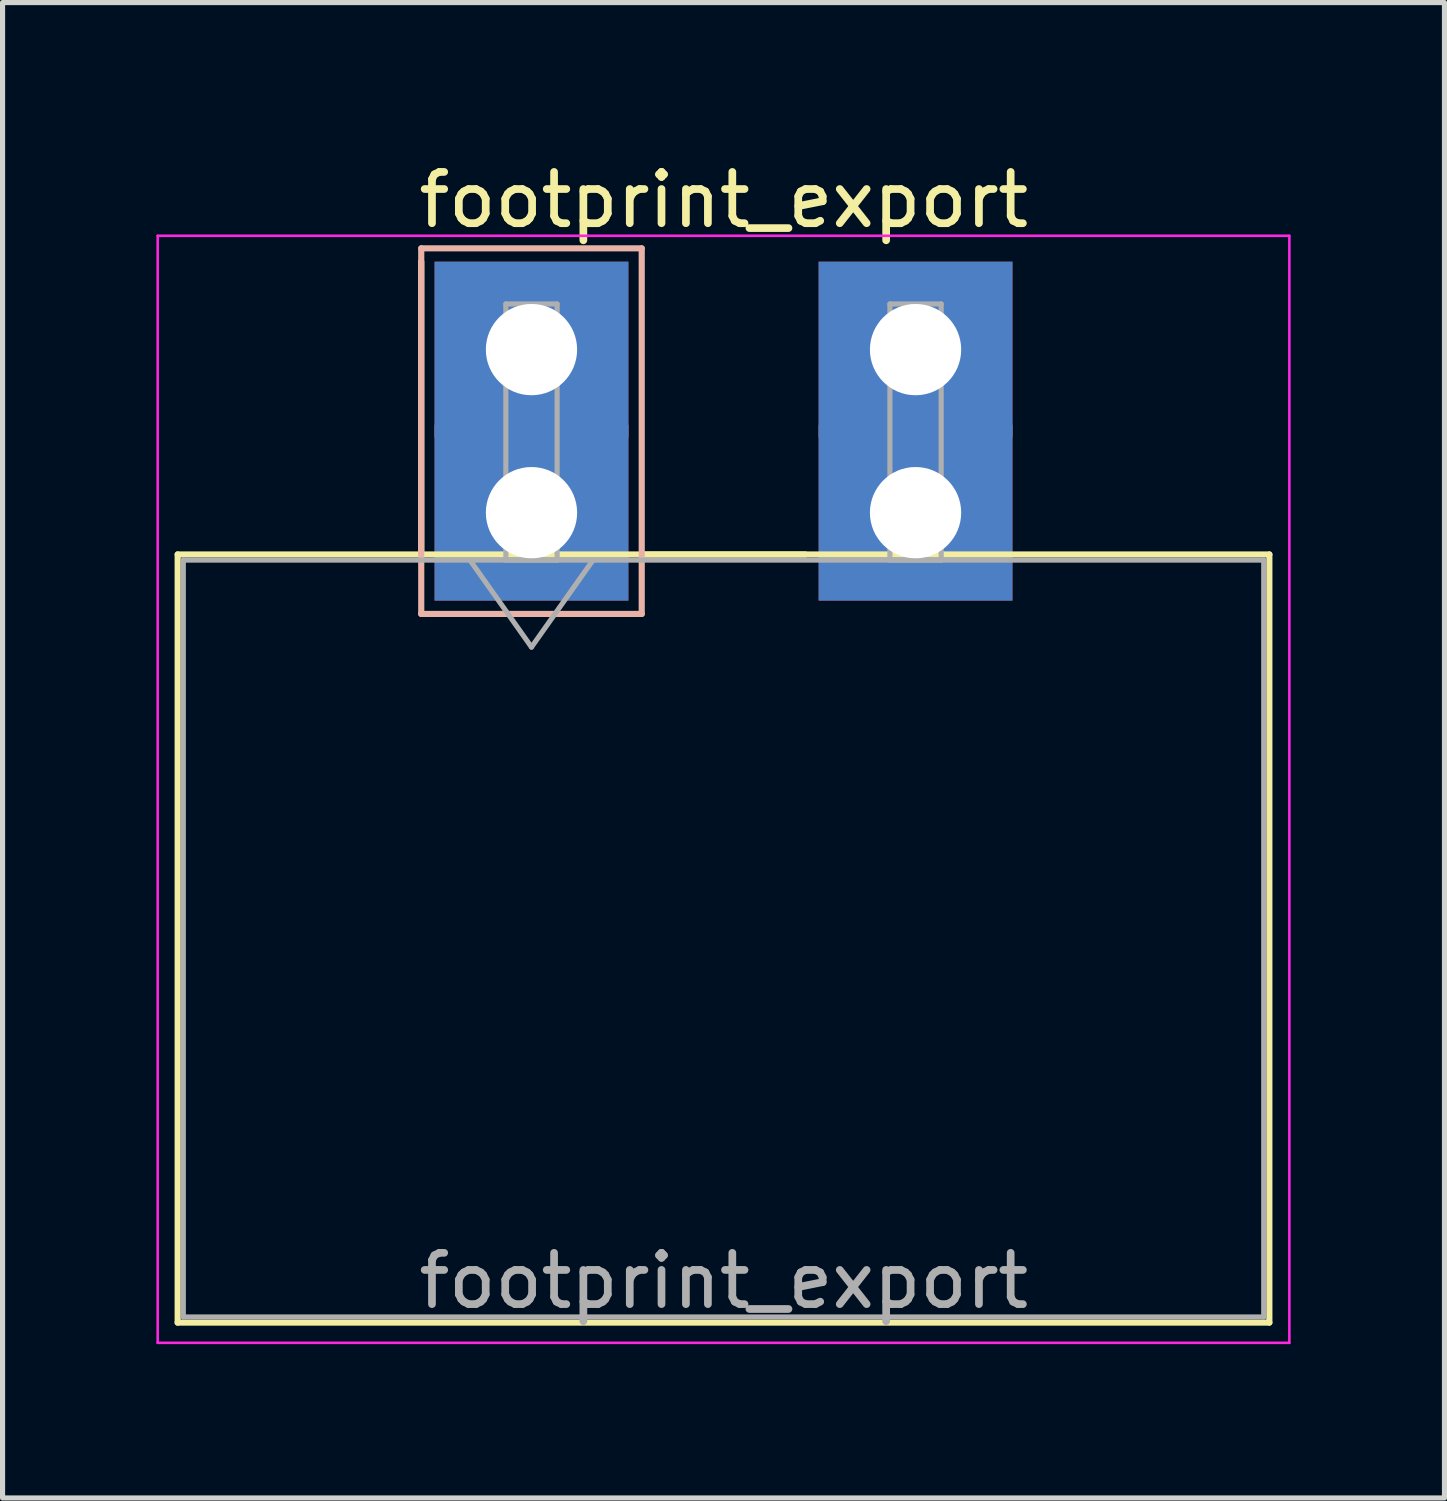
<source format=kicad_pcb>
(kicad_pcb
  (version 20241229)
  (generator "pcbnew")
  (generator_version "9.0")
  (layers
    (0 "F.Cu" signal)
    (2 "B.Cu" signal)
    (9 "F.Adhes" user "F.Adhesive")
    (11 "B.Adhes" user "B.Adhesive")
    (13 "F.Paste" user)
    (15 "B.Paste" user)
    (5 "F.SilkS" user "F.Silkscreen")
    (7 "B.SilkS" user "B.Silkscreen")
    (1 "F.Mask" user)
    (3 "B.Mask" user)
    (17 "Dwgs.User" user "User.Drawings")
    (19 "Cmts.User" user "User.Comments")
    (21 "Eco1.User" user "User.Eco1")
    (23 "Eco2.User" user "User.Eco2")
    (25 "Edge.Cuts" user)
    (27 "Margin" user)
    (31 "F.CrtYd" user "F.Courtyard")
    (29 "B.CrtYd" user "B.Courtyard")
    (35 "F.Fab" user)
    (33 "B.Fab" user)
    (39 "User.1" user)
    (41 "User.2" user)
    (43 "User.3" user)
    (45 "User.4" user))
  (footprint "footprint_export"
    (layer "F.Cu")
    (at 7.315 6.948)
    (property "Reference" "footprint_export" (at 3.75 -6.1 0) (layer "F.SilkS") (effects (font (size 1 1) (thickness 0.15))))
    (attr through_hole)
    (fp_line (start -6.9 0.815) (end -6.9 15.795) (stroke (width 0.12) (type solid)) (layer "F.SilkS"))
    (fp_line (start -6.9 15.795) (end 14.39 15.795) (stroke (width 0.12) (type solid)) (layer "F.SilkS"))
    (fp_line (start -2.15 0.815) (end -2.15 -4.895) (stroke (width 0.12) (type solid)) (layer "F.SilkS"))
    (fp_line (start 2.15 0.815) (end 5.34 0.815) (stroke (width 0.12) (type solid)) (layer "F.SilkS"))
    (fp_line (start 14.39 0.815) (end -6.9 0.815) (stroke (width 0.12) (type solid)) (layer "F.SilkS"))
    (fp_line (start 14.39 15.795) (end 14.39 0.815) (stroke (width 0.12) (type solid)) (layer "F.SilkS"))
    (fp_line (start -2.15 -5.155) (end -2.15 1.975) (stroke (width 0.12) (type solid)) (layer "B.SilkS"))
    (fp_line (start -2.15 1.975) (end 2.15 1.975) (stroke (width 0.12) (type solid)) (layer "B.SilkS"))
    (fp_line (start 2.15 -5.155) (end -2.15 -5.155) (stroke (width 0.12) (type solid)) (layer "B.SilkS"))
    (fp_line (start 2.15 1.975) (end 2.15 -5.155) (stroke (width 0.12) (type solid)) (layer "B.SilkS"))
    (fp_line (start -7.29 -5.4) (end -7.29 16.19) (stroke (width 0.05) (type solid)) (layer "F.CrtYd"))
    (fp_line (start -7.29 16.19) (end 14.78 16.19) (stroke (width 0.05) (type solid)) (layer "F.CrtYd"))
    (fp_line (start 14.78 -5.4) (end -7.29 -5.4) (stroke (width 0.05) (type solid)) (layer "F.CrtYd"))
    (fp_line (start 14.78 16.19) (end 14.78 -5.4) (stroke (width 0.05) (type solid)) (layer "F.CrtYd"))
    (fp_line (start -6.79 0.925) (end -6.79 15.685) (stroke (width 0.1) (type solid)) (layer "F.Fab"))
    (fp_line (start -6.79 15.685) (end 14.28 15.685) (stroke (width 0.1) (type solid)) (layer "F.Fab"))
    (fp_line (start -1.2 0.925) (end 0 2.622) (stroke (width 0.1) (type solid)) (layer "F.Fab"))
    (fp_line (start -0.5 -4.07) (end 0.5 -4.07) (stroke (width 0.1) (type solid)) (layer "F.Fab"))
    (fp_line (start -0.5 0.925) (end -0.5 -4.07) (stroke (width 0.1) (type solid)) (layer "F.Fab"))
    (fp_line (start 0 2.622) (end 1.2 0.925) (stroke (width 0.1) (type solid)) (layer "F.Fab"))
    (fp_line (start 0.5 -4.07) (end 0.5 0.925) (stroke (width 0.1) (type solid)) (layer "F.Fab"))
    (fp_line (start 0.5 0.925) (end -0.5 0.925) (stroke (width 0.1) (type solid)) (layer "F.Fab"))
    (fp_line (start 6.99 -4.07) (end 7.99 -4.07) (stroke (width 0.1) (type solid)) (layer "F.Fab"))
    (fp_line (start 6.99 0.925) (end 6.99 -4.07) (stroke (width 0.1) (type solid)) (layer "F.Fab"))
    (fp_line (start 7.99 -4.07) (end 7.99 0.925) (stroke (width 0.1) (type solid)) (layer "F.Fab"))
    (fp_line (start 7.99 0.925) (end 6.99 0.925) (stroke (width 0.1) (type solid)) (layer "F.Fab"))
    (fp_line (start 14.28 0.925) (end -6.79 0.925) (stroke (width 0.1) (type solid)) (layer "F.Fab"))
    (fp_line (start 14.28 15.685) (end 14.28 0.925) (stroke (width 0.1) (type solid)) (layer "F.Fab"))
    (fp_text user "${REFERENCE}" (at 3.75 14.98 0) (layer "F.Fab") (effects (font (size 1 1) (thickness 0.15))))
    (pad "1" thru_hole rect (at 0 -3.18) (size 3.78 3.43) (drill 1.78) (layers "*.Cu" "*.Mask"))
    (pad "1" thru_hole rect (at 0 0) (size 3.78 3.43) (drill 1.78) (layers "*.Cu" "*.Mask"))
    (pad "2" thru_hole rect (at 7.49 -3.18) (size 3.78 3.43) (drill 1.78) (layers "*.Cu" "*.Mask"))
    (pad "2" thru_hole rect (at 7.49 0) (size 3.78 3.43) (drill 1.78) (layers "*.Cu" "*.Mask")))
  (gr_rect
    (start -3 -3)
    (end 25.12 26.163)
    (stroke (width 0.1) (type default))
    (fill no)
    (layer "Edge.Cuts")))
</source>
